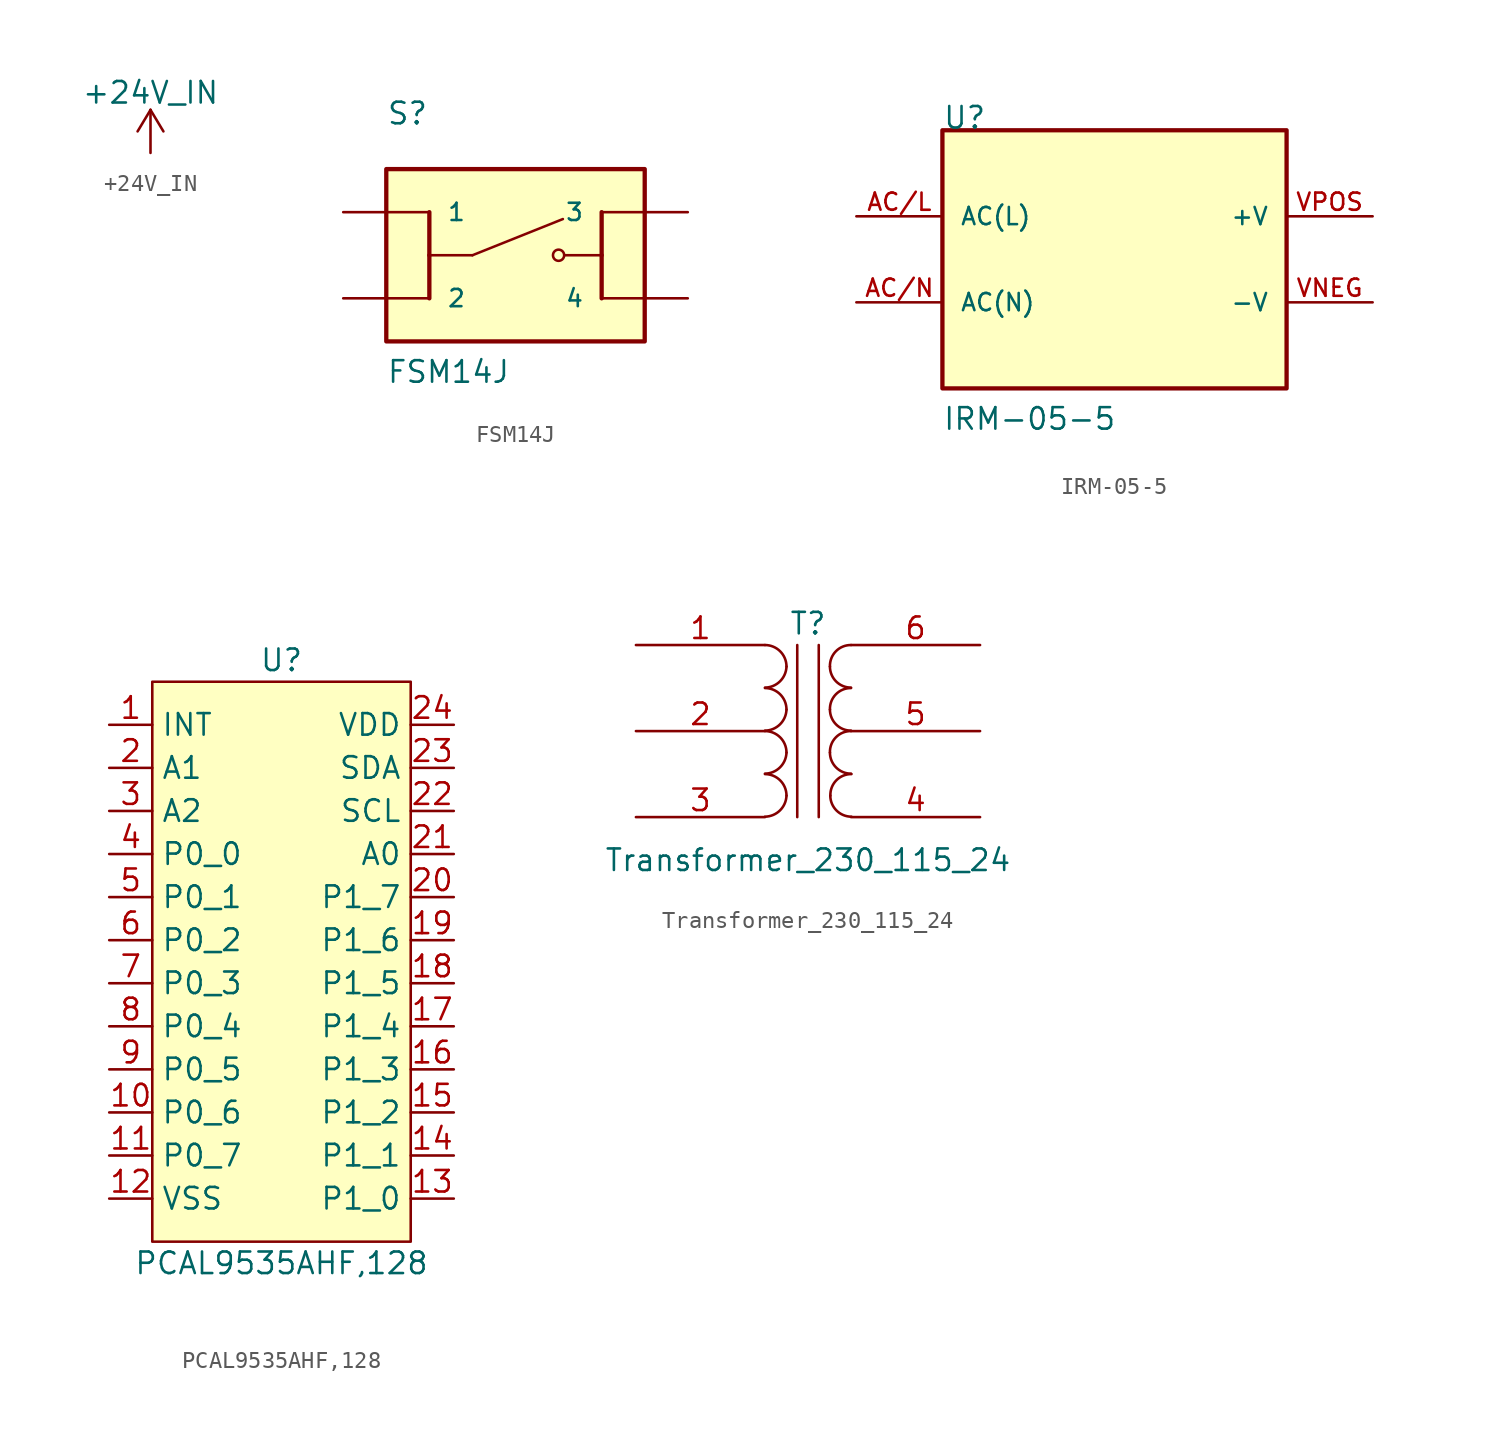
<source format=kicad_sym>
(kicad_symbol_lib
  (version 20211014)
  (generator kicad_symbol_editor)
  (symbol "+24V_IN"
    (power)
    (pin_names
      (offset 0))
    (property "Reference" "#PWR"
      (at 0 -3.81 0)
      (effects (font (size 1.27 1.27)) hide))
    (property "Value" "+24V_IN"
      (at 0 3.556 0)
      (effects (font (size 1.27 1.27))))
    (symbol "+24V_IN_0_1"
      (polyline (pts (xy -0.762 1.27) (xy 0 2.54)) (stroke (width 0) (type default) (color 0 0 0 0)) (fill (type none)))
      (polyline (pts (xy 0 0) (xy 0 2.54)) (stroke (width 0) (type default) (color 0 0 0 0)) (fill (type none)))
      (polyline (pts (xy 0 2.54) (xy 0.762 1.27)) (stroke (width 0) (type default) (color 0 0 0 0)) (fill (type none))))
    (symbol "+24V_IN_1_1"
      (pin power_in line (at 0 0 90) (length 0) hide (name "+24V_IN" (effects (font (size 1.27 1.27)))) (number "1" (effects (font (size 1.27 1.27)))))))
  (symbol "FSM14J"
    (pin_numbers hide)
    (pin_names
      (offset 1.016))
    (property "Reference" "S"
      (at -7.62 7.62 0)
      (effects (font (size 1.27 1.27)) (justify left bottom)))
    (property "Value" "FSM14J"
      (at -7.62 -7.62 0)
      (effects (font (size 1.27 1.27)) (justify left bottom)))
    (property "ki_locked" ""
      (at 0 0 0)
      (effects (font (size 1.27 1.27))))
    (symbol "FSM14J_0_0"
      (rectangle (start -7.62 -5.08) (end 7.62 5.08) (stroke (width 0.254) (type default) (color 0 0 0 0)) (fill (type background)))
      (polyline (pts (xy -5.08 0) (xy -5.08 -2.54)) (stroke (width 0.254) (type default) (color 0 0 0 0)) (fill (type none)))
      (polyline (pts (xy -5.08 0) (xy -5.08 2.54)) (stroke (width 0.254) (type default) (color 0 0 0 0)) (fill (type none)))
      (polyline (pts (xy -2.54 0) (xy -5.08 0)) (stroke (width 0.152) (type default) (color 0 0 0 0)) (fill (type none)))
      (polyline (pts (xy -2.54 0) (xy 2.794 2.134)) (stroke (width 0.152) (type default) (color 0 0 0 0)) (fill (type none)))
      (polyline (pts (xy 5.08 0) (xy 2.921 0)) (stroke (width 0.152) (type default) (color 0 0 0 0)) (fill (type none)))
      (polyline (pts (xy 5.08 0) (xy 5.08 -2.54)) (stroke (width 0.254) (type default) (color 0 0 0 0)) (fill (type none)))
      (polyline (pts (xy 5.08 0) (xy 5.08 2.54)) (stroke (width 0.254) (type default) (color 0 0 0 0)) (fill (type none)))
      (circle (center 2.54 0) (radius 0.33) (stroke (width 0.152) (type default) (color 0 0 0 0)) (fill (type none)))
      (pin passive line (at -10.16 2.54 0) (length 5.08) (name "1" (effects (font (size 1.016 1.016)))) (number "1" (effects (font (size 1.016 1.016)))))
      (pin passive line (at -10.16 -2.54 0) (length 5.08) (name "2" (effects (font (size 1.016 1.016)))) (number "2" (effects (font (size 1.016 1.016)))))
      (pin passive line (at 10.16 2.54 180) (length 5.08) (name "3" (effects (font (size 1.016 1.016)))) (number "3" (effects (font (size 1.016 1.016)))))
      (pin passive line (at 10.16 -2.54 180) (length 5.08) (name "4" (effects (font (size 1.016 1.016)))) (number "4" (effects (font (size 1.016 1.016)))))))
  (symbol "IRM-05-5"
    (pin_names
      (offset 1.016))
    (property "Reference" "U"
      (at -10.16 7.62 0)
      (effects (font (size 1.27 1.27)) (justify left bottom)))
    (property "Value" "IRM-05-5"
      (at -10.16 -10.16 0)
      (effects (font (size 1.27 1.27)) (justify left bottom)))
    (symbol "IRM-05-5_0_0"
      (rectangle (start -10.16 -7.62) (end 10.16 7.62) (stroke (width 0.254) (type default) (color 0 0 0 0)) (fill (type background)))
      (pin input line (at -15.24 2.54 0) (length 5.08) (name "AC(L)" (effects (font (size 1.016 1.016)))) (number "AC/L" (effects (font (size 1.016 1.016)))))
      (pin input line (at -15.24 -2.54 0) (length 5.08) (name "AC(N)" (effects (font (size 1.016 1.016)))) (number "AC/N" (effects (font (size 1.016 1.016)))))
      (pin output line (at 15.24 -2.54 180) (length 5.08) (name "-V" (effects (font (size 1.016 1.016)))) (number "VNEG" (effects (font (size 1.016 1.016)))))
      (pin output line (at 15.24 2.54 180) (length 5.08) (name "+V" (effects (font (size 1.016 1.016)))) (number "VPOS" (effects (font (size 1.016 1.016)))))))
  (symbol "PCAL9535AHF,128"
    (property "Reference" "U"
      (at 0 0 0)
      (effects (font (size 1.27 1.27))))
    (property "Value" "PCAL9535AHF,128"
      (at 0 -35.56 0)
      (effects (font (size 1.27 1.27))))
    (symbol "PCAL9535AHF,128_0_1"
      (rectangle (start -7.62 -1.27) (end 7.62 -34.29) (stroke (width 0) (type default) (color 0 0 0 0)) (fill (type background))))
    (symbol "PCAL9535AHF,128_1_1"
      (pin bidirectional line (at -10.16 -3.81 0) (length 2.54) (name "INT" (effects (font (size 1.27 1.27)))) (number "1" (effects (font (size 1.27 1.27)))))
      (pin bidirectional line (at -10.16 -26.67 0) (length 2.54) (name "P0_6" (effects (font (size 1.27 1.27)))) (number "10" (effects (font (size 1.27 1.27)))))
      (pin bidirectional line (at -10.16 -29.21 0) (length 2.54) (name "P0_7" (effects (font (size 1.27 1.27)))) (number "11" (effects (font (size 1.27 1.27)))))
      (pin power_in line (at -10.16 -31.75 0) (length 2.54) (name "VSS" (effects (font (size 1.27 1.27)))) (number "12" (effects (font (size 1.27 1.27)))))
      (pin bidirectional line (at 10.16 -31.75 180) (length 2.54) (name "P1_0" (effects (font (size 1.27 1.27)))) (number "13" (effects (font (size 1.27 1.27)))))
      (pin bidirectional line (at 10.16 -29.21 180) (length 2.54) (name "P1_1" (effects (font (size 1.27 1.27)))) (number "14" (effects (font (size 1.27 1.27)))))
      (pin bidirectional line (at 10.16 -26.67 180) (length 2.54) (name "P1_2" (effects (font (size 1.27 1.27)))) (number "15" (effects (font (size 1.27 1.27)))))
      (pin bidirectional line (at 10.16 -24.13 180) (length 2.54) (name "P1_3" (effects (font (size 1.27 1.27)))) (number "16" (effects (font (size 1.27 1.27)))))
      (pin bidirectional line (at 10.16 -21.59 180) (length 2.54) (name "P1_4" (effects (font (size 1.27 1.27)))) (number "17" (effects (font (size 1.27 1.27)))))
      (pin bidirectional line (at 10.16 -19.05 180) (length 2.54) (name "P1_5" (effects (font (size 1.27 1.27)))) (number "18" (effects (font (size 1.27 1.27)))))
      (pin bidirectional line (at 10.16 -16.51 180) (length 2.54) (name "P1_6" (effects (font (size 1.27 1.27)))) (number "19" (effects (font (size 1.27 1.27)))))
      (pin input line (at -10.16 -6.35 0) (length 2.54) (name "A1" (effects (font (size 1.27 1.27)))) (number "2" (effects (font (size 1.27 1.27)))))
      (pin bidirectional line (at 10.16 -13.97 180) (length 2.54) (name "P1_7" (effects (font (size 1.27 1.27)))) (number "20" (effects (font (size 1.27 1.27)))))
      (pin input line (at 10.16 -11.43 180) (length 2.54) (name "A0" (effects (font (size 1.27 1.27)))) (number "21" (effects (font (size 1.27 1.27)))))
      (pin bidirectional line (at 10.16 -8.89 180) (length 2.54) (name "SCL" (effects (font (size 1.27 1.27)))) (number "22" (effects (font (size 1.27 1.27)))))
      (pin bidirectional line (at 10.16 -6.35 180) (length 2.54) (name "SDA" (effects (font (size 1.27 1.27)))) (number "23" (effects (font (size 1.27 1.27)))))
      (pin power_in line (at 10.16 -3.81 180) (length 2.54) (name "VDD" (effects (font (size 1.27 1.27)))) (number "24" (effects (font (size 1.27 1.27)))))
      (pin input line (at -10.16 -8.89 0) (length 2.54) (name "A2" (effects (font (size 1.27 1.27)))) (number "3" (effects (font (size 1.27 1.27)))))
      (pin bidirectional line (at -10.16 -11.43 0) (length 2.54) (name "P0_0" (effects (font (size 1.27 1.27)))) (number "4" (effects (font (size 1.27 1.27)))))
      (pin bidirectional line (at -10.16 -13.97 0) (length 2.54) (name "P0_1" (effects (font (size 1.27 1.27)))) (number "5" (effects (font (size 1.27 1.27)))))
      (pin bidirectional line (at -10.16 -16.51 0) (length 2.54) (name "P0_2" (effects (font (size 1.27 1.27)))) (number "6" (effects (font (size 1.27 1.27)))))
      (pin bidirectional line (at -10.16 -19.05 0) (length 2.54) (name "P0_3" (effects (font (size 1.27 1.27)))) (number "7" (effects (font (size 1.27 1.27)))))
      (pin bidirectional line (at -10.16 -21.59 0) (length 2.54) (name "P0_4" (effects (font (size 1.27 1.27)))) (number "8" (effects (font (size 1.27 1.27)))))
      (pin bidirectional line (at -10.16 -24.13 0) (length 2.54) (name "P0_5" (effects (font (size 1.27 1.27)))) (number "9" (effects (font (size 1.27 1.27)))))))
  (symbol "Transformer_230_115_24"
    (pin_names
      (offset 1.016) hide)
    (property "Reference" "T"
      (at 0 6.35 0)
      (effects (font (size 1.27 1.27))))
    (property "Value" "Transformer_230_115_24"
      (at 0 -7.62 0)
      (effects (font (size 1.27 1.27))))
    (symbol "Transformer_230_115_24_0_1"
      (arc (start -2.54 -5.0546) (mid -1.6561 -4.6863) (end -1.27 -3.81) (stroke (width 0) (type default) (color 0 0 0 0)) (fill (type none)))
      (arc (start -2.54 -2.5146) (mid -1.6561 -2.1463) (end -1.27 -1.27) (stroke (width 0) (type default) (color 0 0 0 0)) (fill (type none)))
      (arc (start -2.54 0.0254) (mid -1.6561 0.3937) (end -1.27 1.27) (stroke (width 0) (type default) (color 0 0 0 0)) (fill (type none)))
      (arc (start -2.54 2.5654) (mid -1.6561 2.9337) (end -1.27 3.81) (stroke (width 0) (type default) (color 0 0 0 0)) (fill (type none)))
      (arc (start -1.27 -3.81) (mid -1.642 -2.912) (end -2.54 -2.54) (stroke (width 0) (type default) (color 0 0 0 0)) (fill (type none)))
      (arc (start -1.27 -1.27) (mid -1.642 -0.372) (end -2.54 0) (stroke (width 0) (type default) (color 0 0 0 0)) (fill (type none)))
      (arc (start -1.27 1.27) (mid -1.642 2.168) (end -2.54 2.54) (stroke (width 0) (type default) (color 0 0 0 0)) (fill (type none)))
      (arc (start -1.27 3.81) (mid -1.642 4.708) (end -2.54 5.08) (stroke (width 0) (type default) (color 0 0 0 0)) (fill (type none)))
      (polyline (pts (xy -0.635 5.08) (xy -0.635 -5.08)) (stroke (width 0) (type default) (color 0 0 0 0)) (fill (type none)))
      (polyline (pts (xy 0.635 -5.08) (xy 0.635 5.08)) (stroke (width 0) (type default) (color 0 0 0 0)) (fill (type none)))
      (arc (start 1.2954 -1.27) (mid 1.6599 -2.1501) (end 2.54 -2.5146) (stroke (width 0) (type default) (color 0 0 0 0)) (fill (type none)))
      (arc (start 1.2954 1.27) (mid 1.6599 0.3899) (end 2.54 0.0254) (stroke (width 0) (type default) (color 0 0 0 0)) (fill (type none)))
      (arc (start 1.2954 3.81) (mid 1.6599 2.9299) (end 2.54 2.5654) (stroke (width 0) (type default) (color 0 0 0 0)) (fill (type none)))
      (arc (start 1.3208 -3.81) (mid 1.6853 -4.6901) (end 2.5654 -5.0546) (stroke (width 0) (type default) (color 0 0 0 0)) (fill (type none)))
      (arc (start 2.54 0) (mid 1.6456 -0.3683) (end 1.2954 -1.27) (stroke (width 0) (type default) (color 0 0 0 0)) (fill (type none)))
      (arc (start 2.54 2.54) (mid 1.6456 2.1717) (end 1.2954 1.27) (stroke (width 0) (type default) (color 0 0 0 0)) (fill (type none)))
      (arc (start 2.54 5.08) (mid 1.6456 4.7117) (end 1.2954 3.81) (stroke (width 0) (type default) (color 0 0 0 0)) (fill (type none)))
      (arc (start 2.5654 -2.54) (mid 1.671 -2.9083) (end 1.3208 -3.81) (stroke (width 0) (type default) (color 0 0 0 0)) (fill (type none))))
    (symbol "Transformer_230_115_24_1_1"
      (pin passive line (at -10.16 5.08 0) (length 7.62) (name "PR1" (effects (font (size 1.27 1.27)))) (number "1" (effects (font (size 1.27 1.27)))))
      (pin passive line (at -10.16 0 0) (length 7.62) (name "PM" (effects (font (size 1.27 1.27)))) (number "2" (effects (font (size 1.27 1.27)))))
      (pin passive line (at -10.16 -5.08 0) (length 7.62) (name "PR2" (effects (font (size 1.27 1.27)))) (number "3" (effects (font (size 1.27 1.27)))))
      (pin passive line (at 10.16 -5.08 180) (length 7.62) (name "S1" (effects (font (size 1.27 1.27)))) (number "4" (effects (font (size 1.27 1.27)))))
      (pin passive line (at 10.16 0 180) (length 7.62) (name "S2" (effects (font (size 1.27 1.27)))) (number "5" (effects (font (size 1.27 1.27)))))
      (pin passive line (at 10.16 5.08 180) (length 7.62) (name "S3" (effects (font (size 1.27 1.27)))) (number "6" (effects (font (size 1.27 1.27))))))))
</source>
